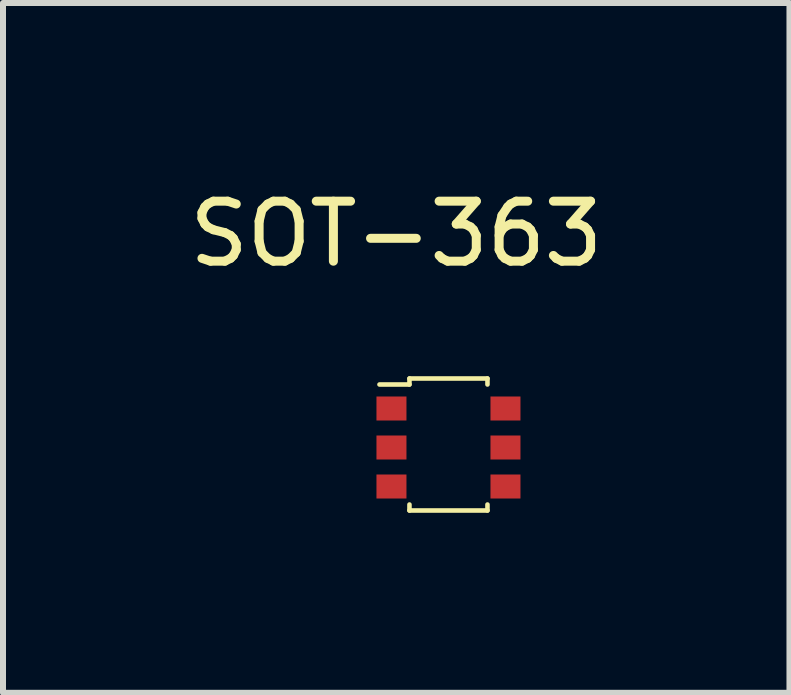
<source format=kicad_pcb>
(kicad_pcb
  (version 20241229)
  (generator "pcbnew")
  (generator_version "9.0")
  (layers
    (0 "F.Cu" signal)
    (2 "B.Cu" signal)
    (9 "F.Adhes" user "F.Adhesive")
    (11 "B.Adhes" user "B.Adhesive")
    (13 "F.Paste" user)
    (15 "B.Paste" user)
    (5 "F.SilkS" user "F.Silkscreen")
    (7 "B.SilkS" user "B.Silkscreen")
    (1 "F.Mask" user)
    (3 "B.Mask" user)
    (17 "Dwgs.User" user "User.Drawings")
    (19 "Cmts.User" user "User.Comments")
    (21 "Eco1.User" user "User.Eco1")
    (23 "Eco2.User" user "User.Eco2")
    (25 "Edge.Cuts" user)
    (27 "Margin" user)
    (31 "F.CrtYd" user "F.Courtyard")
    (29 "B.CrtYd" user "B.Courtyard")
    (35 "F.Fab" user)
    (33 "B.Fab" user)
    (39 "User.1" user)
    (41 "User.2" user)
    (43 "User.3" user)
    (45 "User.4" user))
  (footprint "SOT−363"
    (layer "F.Cu")
    (at 3.474 3.758)
    (property "Reference" "SOT−363" (at 0.08 -2.91 0) (layer "F.SilkS") (effects (font (size 1 1) (thickness 0.15))))
    (attr through_hole)
    (fp_line (start -0.2 -0.4) (end 0.3 -0.4) (stroke (width 0.076) (type solid)) (layer "F.SilkS"))
    (fp_line (start 0.3 -0.5) (end 1.6 -0.5) (stroke (width 0.076) (type solid)) (layer "F.SilkS"))
    (fp_line (start 0.3 -0.4) (end 0.3 -0.5) (stroke (width 0.076) (type solid)) (layer "F.SilkS"))
    (fp_line (start 0.3 1.6) (end 0.3 1.7) (stroke (width 0.076) (type solid)) (layer "F.SilkS"))
    (fp_line (start 0.3 1.7) (end 1.6 1.7) (stroke (width 0.076) (type solid)) (layer "F.SilkS"))
    (fp_line (start 1.6 -0.5) (end 1.6 -0.4) (stroke (width 0.076) (type solid)) (layer "F.SilkS"))
    (fp_line (start 1.6 1.7) (end 1.6 1.6) (stroke (width 0.076) (type solid)) (layer "F.SilkS"))
    (pad "1" smd rect (at 0 0) (size 0.5 0.4) (layers "F.Cu" "F.Mask" "F.Paste"))
    (pad "2" smd rect (at 0 0.65) (size 0.5 0.4) (layers "F.Cu" "F.Mask" "F.Paste"))
    (pad "3" smd rect (at 0 1.3) (size 0.5 0.4) (layers "F.Cu" "F.Mask" "F.Paste"))
    (pad "4" smd rect (at 1.9 1.3) (size 0.5 0.4) (layers "F.Cu" "F.Mask" "F.Paste"))
    (pad "5" smd rect (at 1.9 0.65) (size 0.5 0.4) (layers "F.Cu" "F.Mask" "F.Paste"))
    (pad "6" smd rect (at 1.9 0) (size 0.5 0.4) (layers "F.Cu" "F.Mask" "F.Paste")))
  (gr_rect
    (start -3 -3)
    (end 10.107 8.496)
    (stroke (width 0.1) (type default))
    (fill no)
    (layer "Edge.Cuts")))
</source>
